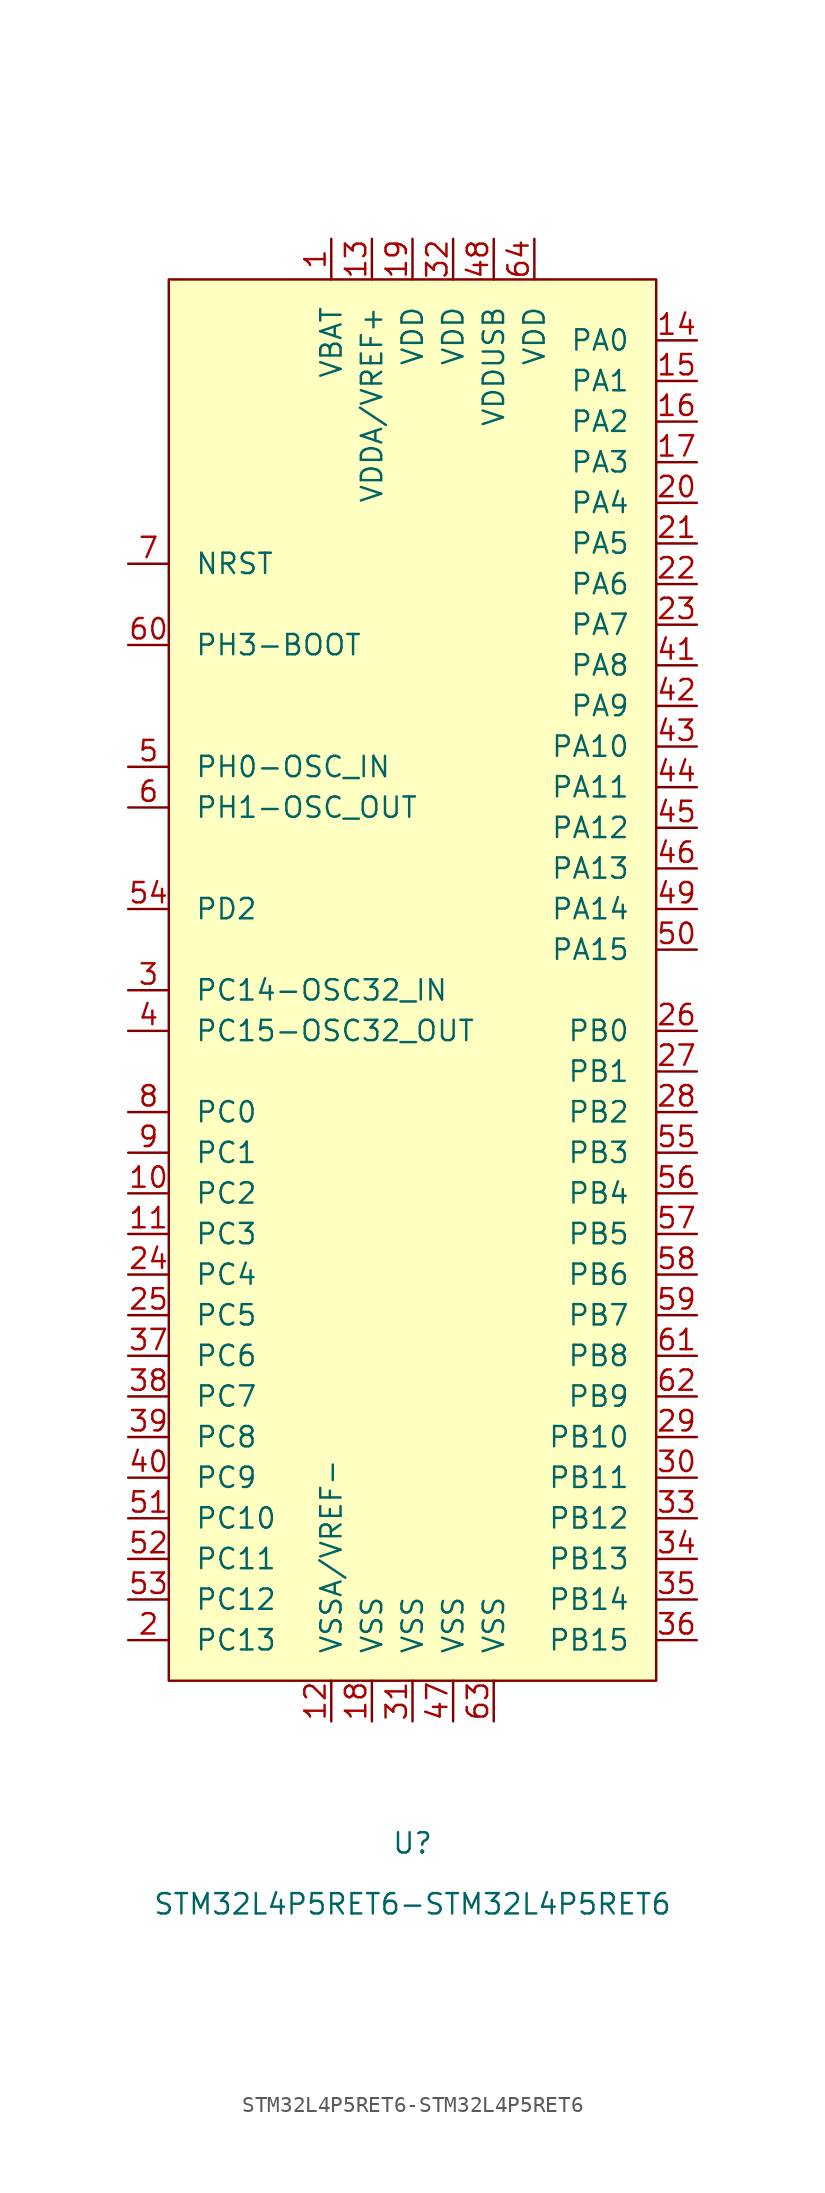
<source format=kicad_sym>
(kicad_symbol_lib
  (version 20220914)
  (generator kicad_symbol_editor)
  (symbol "STM32L4P5RET6-STM32L4P5RET6"
    (pin_names
      (offset 1.626))
    (property "Reference" "U"
      (at 0 -55.88 0)
      (effects (font (size 1.27 1.27))))
    (property "Value" "STM32L4P5RET6-STM32L4P5RET6"
      (at 0 -59.69 0)
      (effects (font (size 1.27 1.27))))
    (symbol "STM32L4P5RET6-STM32L4P5RET6_0_0"
      (pin power_in line (at -5.08 44.45 270) (length 2.54) (name "VBAT" (effects (font (size 1.27 1.27)))) (number "1" (effects (font (size 1.27 1.27)))))
      (pin bidirectional line (at -17.78 -15.24 0) (length 2.54) (name "PC2" (effects (font (size 1.27 1.27)))) (number "10" (effects (font (size 1.27 1.27)))))
      (pin bidirectional line (at -17.78 -17.78 0) (length 2.54) (name "PC3" (effects (font (size 1.27 1.27)))) (number "11" (effects (font (size 1.27 1.27)))))
      (pin power_in line (at -5.08 -48.26 90) (length 2.54) (name "VSSA/VREF-" (effects (font (size 1.27 1.27)))) (number "12" (effects (font (size 1.27 1.27)))))
      (pin power_in line (at -2.54 44.45 270) (length 2.54) (name "VDDA/VREF+" (effects (font (size 1.27 1.27)))) (number "13" (effects (font (size 1.27 1.27)))))
      (pin bidirectional line (at 17.78 38.1 180) (length 2.54) (name "PA0" (effects (font (size 1.27 1.27)))) (number "14" (effects (font (size 1.27 1.27)))))
      (pin bidirectional line (at 17.78 35.56 180) (length 2.54) (name "PA1" (effects (font (size 1.27 1.27)))) (number "15" (effects (font (size 1.27 1.27)))))
      (pin bidirectional line (at 17.78 33.02 180) (length 2.54) (name "PA2" (effects (font (size 1.27 1.27)))) (number "16" (effects (font (size 1.27 1.27)))))
      (pin bidirectional line (at 17.78 30.48 180) (length 2.54) (name "PA3" (effects (font (size 1.27 1.27)))) (number "17" (effects (font (size 1.27 1.27)))))
      (pin power_in line (at -2.54 -48.26 90) (length 2.54) (name "VSS" (effects (font (size 1.27 1.27)))) (number "18" (effects (font (size 1.27 1.27)))))
      (pin power_in line (at 0 44.45 270) (length 2.54) (name "VDD" (effects (font (size 1.27 1.27)))) (number "19" (effects (font (size 1.27 1.27)))))
      (pin bidirectional line (at -17.78 -43.18 0) (length 2.54) (name "PC13" (effects (font (size 1.27 1.27)))) (number "2" (effects (font (size 1.27 1.27)))))
      (pin bidirectional line (at 17.78 27.94 180) (length 2.54) (name "PA4" (effects (font (size 1.27 1.27)))) (number "20" (effects (font (size 1.27 1.27)))))
      (pin bidirectional line (at 17.78 25.4 180) (length 2.54) (name "PA5" (effects (font (size 1.27 1.27)))) (number "21" (effects (font (size 1.27 1.27)))))
      (pin bidirectional line (at 17.78 22.86 180) (length 2.54) (name "PA6" (effects (font (size 1.27 1.27)))) (number "22" (effects (font (size 1.27 1.27)))))
      (pin bidirectional line (at 17.78 20.32 180) (length 2.54) (name "PA7" (effects (font (size 1.27 1.27)))) (number "23" (effects (font (size 1.27 1.27)))))
      (pin bidirectional line (at -17.78 -20.32 0) (length 2.54) (name "PC4" (effects (font (size 1.27 1.27)))) (number "24" (effects (font (size 1.27 1.27)))))
      (pin bidirectional line (at -17.78 -22.86 0) (length 2.54) (name "PC5" (effects (font (size 1.27 1.27)))) (number "25" (effects (font (size 1.27 1.27)))))
      (pin bidirectional line (at 17.78 -5.08 180) (length 2.54) (name "PB0" (effects (font (size 1.27 1.27)))) (number "26" (effects (font (size 1.27 1.27)))))
      (pin bidirectional line (at 17.78 -7.62 180) (length 2.54) (name "PB1" (effects (font (size 1.27 1.27)))) (number "27" (effects (font (size 1.27 1.27)))))
      (pin bidirectional line (at 17.78 -10.16 180) (length 2.54) (name "PB2" (effects (font (size 1.27 1.27)))) (number "28" (effects (font (size 1.27 1.27)))))
      (pin bidirectional line (at 17.78 -30.48 180) (length 2.54) (name "PB10" (effects (font (size 1.27 1.27)))) (number "29" (effects (font (size 1.27 1.27)))))
      (pin bidirectional line (at -17.78 -2.54 0) (length 2.54) (name "PC14-OSC32_IN" (effects (font (size 1.27 1.27)))) (number "3" (effects (font (size 1.27 1.27)))))
      (pin bidirectional line (at 17.78 -33.02 180) (length 2.54) (name "PB11" (effects (font (size 1.27 1.27)))) (number "30" (effects (font (size 1.27 1.27)))))
      (pin power_in line (at 0 -48.26 90) (length 2.54) (name "VSS" (effects (font (size 1.27 1.27)))) (number "31" (effects (font (size 1.27 1.27)))))
      (pin power_in line (at 2.54 44.45 270) (length 2.54) (name "VDD" (effects (font (size 1.27 1.27)))) (number "32" (effects (font (size 1.27 1.27)))))
      (pin bidirectional line (at 17.78 -35.56 180) (length 2.54) (name "PB12" (effects (font (size 1.27 1.27)))) (number "33" (effects (font (size 1.27 1.27)))))
      (pin bidirectional line (at 17.78 -38.1 180) (length 2.54) (name "PB13" (effects (font (size 1.27 1.27)))) (number "34" (effects (font (size 1.27 1.27)))))
      (pin bidirectional line (at 17.78 -40.64 180) (length 2.54) (name "PB14" (effects (font (size 1.27 1.27)))) (number "35" (effects (font (size 1.27 1.27)))))
      (pin bidirectional line (at 17.78 -43.18 180) (length 2.54) (name "PB15" (effects (font (size 1.27 1.27)))) (number "36" (effects (font (size 1.27 1.27)))))
      (pin bidirectional line (at -17.78 -25.4 0) (length 2.54) (name "PC6" (effects (font (size 1.27 1.27)))) (number "37" (effects (font (size 1.27 1.27)))))
      (pin bidirectional line (at -17.78 -27.94 0) (length 2.54) (name "PC7" (effects (font (size 1.27 1.27)))) (number "38" (effects (font (size 1.27 1.27)))))
      (pin bidirectional line (at -17.78 -30.48 0) (length 2.54) (name "PC8" (effects (font (size 1.27 1.27)))) (number "39" (effects (font (size 1.27 1.27)))))
      (pin bidirectional line (at -17.78 -5.08 0) (length 2.54) (name "PC15-OSC32_OUT" (effects (font (size 1.27 1.27)))) (number "4" (effects (font (size 1.27 1.27)))))
      (pin bidirectional line (at -17.78 -33.02 0) (length 2.54) (name "PC9" (effects (font (size 1.27 1.27)))) (number "40" (effects (font (size 1.27 1.27)))))
      (pin bidirectional line (at 17.78 17.78 180) (length 2.54) (name "PA8" (effects (font (size 1.27 1.27)))) (number "41" (effects (font (size 1.27 1.27)))))
      (pin bidirectional line (at 17.78 15.24 180) (length 2.54) (name "PA9" (effects (font (size 1.27 1.27)))) (number "42" (effects (font (size 1.27 1.27)))))
      (pin bidirectional line (at 17.78 12.7 180) (length 2.54) (name "PA10" (effects (font (size 1.27 1.27)))) (number "43" (effects (font (size 1.27 1.27)))))
      (pin bidirectional line (at 17.78 10.16 180) (length 2.54) (name "PA11" (effects (font (size 1.27 1.27)))) (number "44" (effects (font (size 1.27 1.27)))))
      (pin bidirectional line (at 17.78 7.62 180) (length 2.54) (name "PA12" (effects (font (size 1.27 1.27)))) (number "45" (effects (font (size 1.27 1.27)))))
      (pin bidirectional line (at 17.78 5.08 180) (length 2.54) (name "PA13" (effects (font (size 1.27 1.27)))) (number "46" (effects (font (size 1.27 1.27)))))
      (pin power_in line (at 2.54 -48.26 90) (length 2.54) (name "VSS" (effects (font (size 1.27 1.27)))) (number "47" (effects (font (size 1.27 1.27)))))
      (pin power_in line (at 5.08 44.45 270) (length 2.54) (name "VDDUSB" (effects (font (size 1.27 1.27)))) (number "48" (effects (font (size 1.27 1.27)))))
      (pin bidirectional line (at 17.78 2.54 180) (length 2.54) (name "PA14" (effects (font (size 1.27 1.27)))) (number "49" (effects (font (size 1.27 1.27)))))
      (pin input line (at -17.78 11.43 0) (length 2.54) (name "PH0-OSC_IN" (effects (font (size 1.27 1.27)))) (number "5" (effects (font (size 1.27 1.27)))))
      (pin bidirectional line (at 17.78 0 180) (length 2.54) (name "PA15" (effects (font (size 1.27 1.27)))) (number "50" (effects (font (size 1.27 1.27)))))
      (pin bidirectional line (at -17.78 -35.56 0) (length 2.54) (name "PC10" (effects (font (size 1.27 1.27)))) (number "51" (effects (font (size 1.27 1.27)))))
      (pin bidirectional line (at -17.78 -38.1 0) (length 2.54) (name "PC11" (effects (font (size 1.27 1.27)))) (number "52" (effects (font (size 1.27 1.27)))))
      (pin bidirectional line (at -17.78 -40.64 0) (length 2.54) (name "PC12" (effects (font (size 1.27 1.27)))) (number "53" (effects (font (size 1.27 1.27)))))
      (pin bidirectional line (at -17.78 2.54 0) (length 2.54) (name "PD2" (effects (font (size 1.27 1.27)))) (number "54" (effects (font (size 1.27 1.27)))))
      (pin bidirectional line (at 17.78 -12.7 180) (length 2.54) (name "PB3" (effects (font (size 1.27 1.27)))) (number "55" (effects (font (size 1.27 1.27)))))
      (pin bidirectional line (at 17.78 -15.24 180) (length 2.54) (name "PB4" (effects (font (size 1.27 1.27)))) (number "56" (effects (font (size 1.27 1.27)))))
      (pin bidirectional line (at 17.78 -17.78 180) (length 2.54) (name "PB5" (effects (font (size 1.27 1.27)))) (number "57" (effects (font (size 1.27 1.27)))))
      (pin bidirectional line (at 17.78 -20.32 180) (length 2.54) (name "PB6" (effects (font (size 1.27 1.27)))) (number "58" (effects (font (size 1.27 1.27)))))
      (pin bidirectional line (at 17.78 -22.86 180) (length 2.54) (name "PB7" (effects (font (size 1.27 1.27)))) (number "59" (effects (font (size 1.27 1.27)))))
      (pin input line (at -17.78 8.89 0) (length 2.54) (name "PH1-OSC_OUT" (effects (font (size 1.27 1.27)))) (number "6" (effects (font (size 1.27 1.27)))))
      (pin input line (at -17.78 19.05 0) (length 2.54) (name "PH3-BOOT" (effects (font (size 1.27 1.27)))) (number "60" (effects (font (size 1.27 1.27)))))
      (pin bidirectional line (at 17.78 -25.4 180) (length 2.54) (name "PB8" (effects (font (size 1.27 1.27)))) (number "61" (effects (font (size 1.27 1.27)))))
      (pin bidirectional line (at 17.78 -27.94 180) (length 2.54) (name "PB9" (effects (font (size 1.27 1.27)))) (number "62" (effects (font (size 1.27 1.27)))))
      (pin power_in line (at 5.08 -48.26 90) (length 2.54) (name "VSS" (effects (font (size 1.27 1.27)))) (number "63" (effects (font (size 1.27 1.27)))))
      (pin power_in line (at 7.62 44.45 270) (length 2.54) (name "VDD" (effects (font (size 1.27 1.27)))) (number "64" (effects (font (size 1.27 1.27)))))
      (pin input line (at -17.78 24.13 0) (length 2.54) (name "NRST" (effects (font (size 1.27 1.27)))) (number "7" (effects (font (size 1.27 1.27)))))
      (pin bidirectional line (at -17.78 -10.16 0) (length 2.54) (name "PC0" (effects (font (size 1.27 1.27)))) (number "8" (effects (font (size 1.27 1.27)))))
      (pin bidirectional line (at -17.78 -12.7 0) (length 2.54) (name "PC1" (effects (font (size 1.27 1.27)))) (number "9" (effects (font (size 1.27 1.27))))))
    (symbol "STM32L4P5RET6-STM32L4P5RET6_0_1"
      (rectangle (start 15.24 41.91) (end -15.24 -45.72) (stroke (width 0) (type solid)) (fill (type background))))))
</source>
